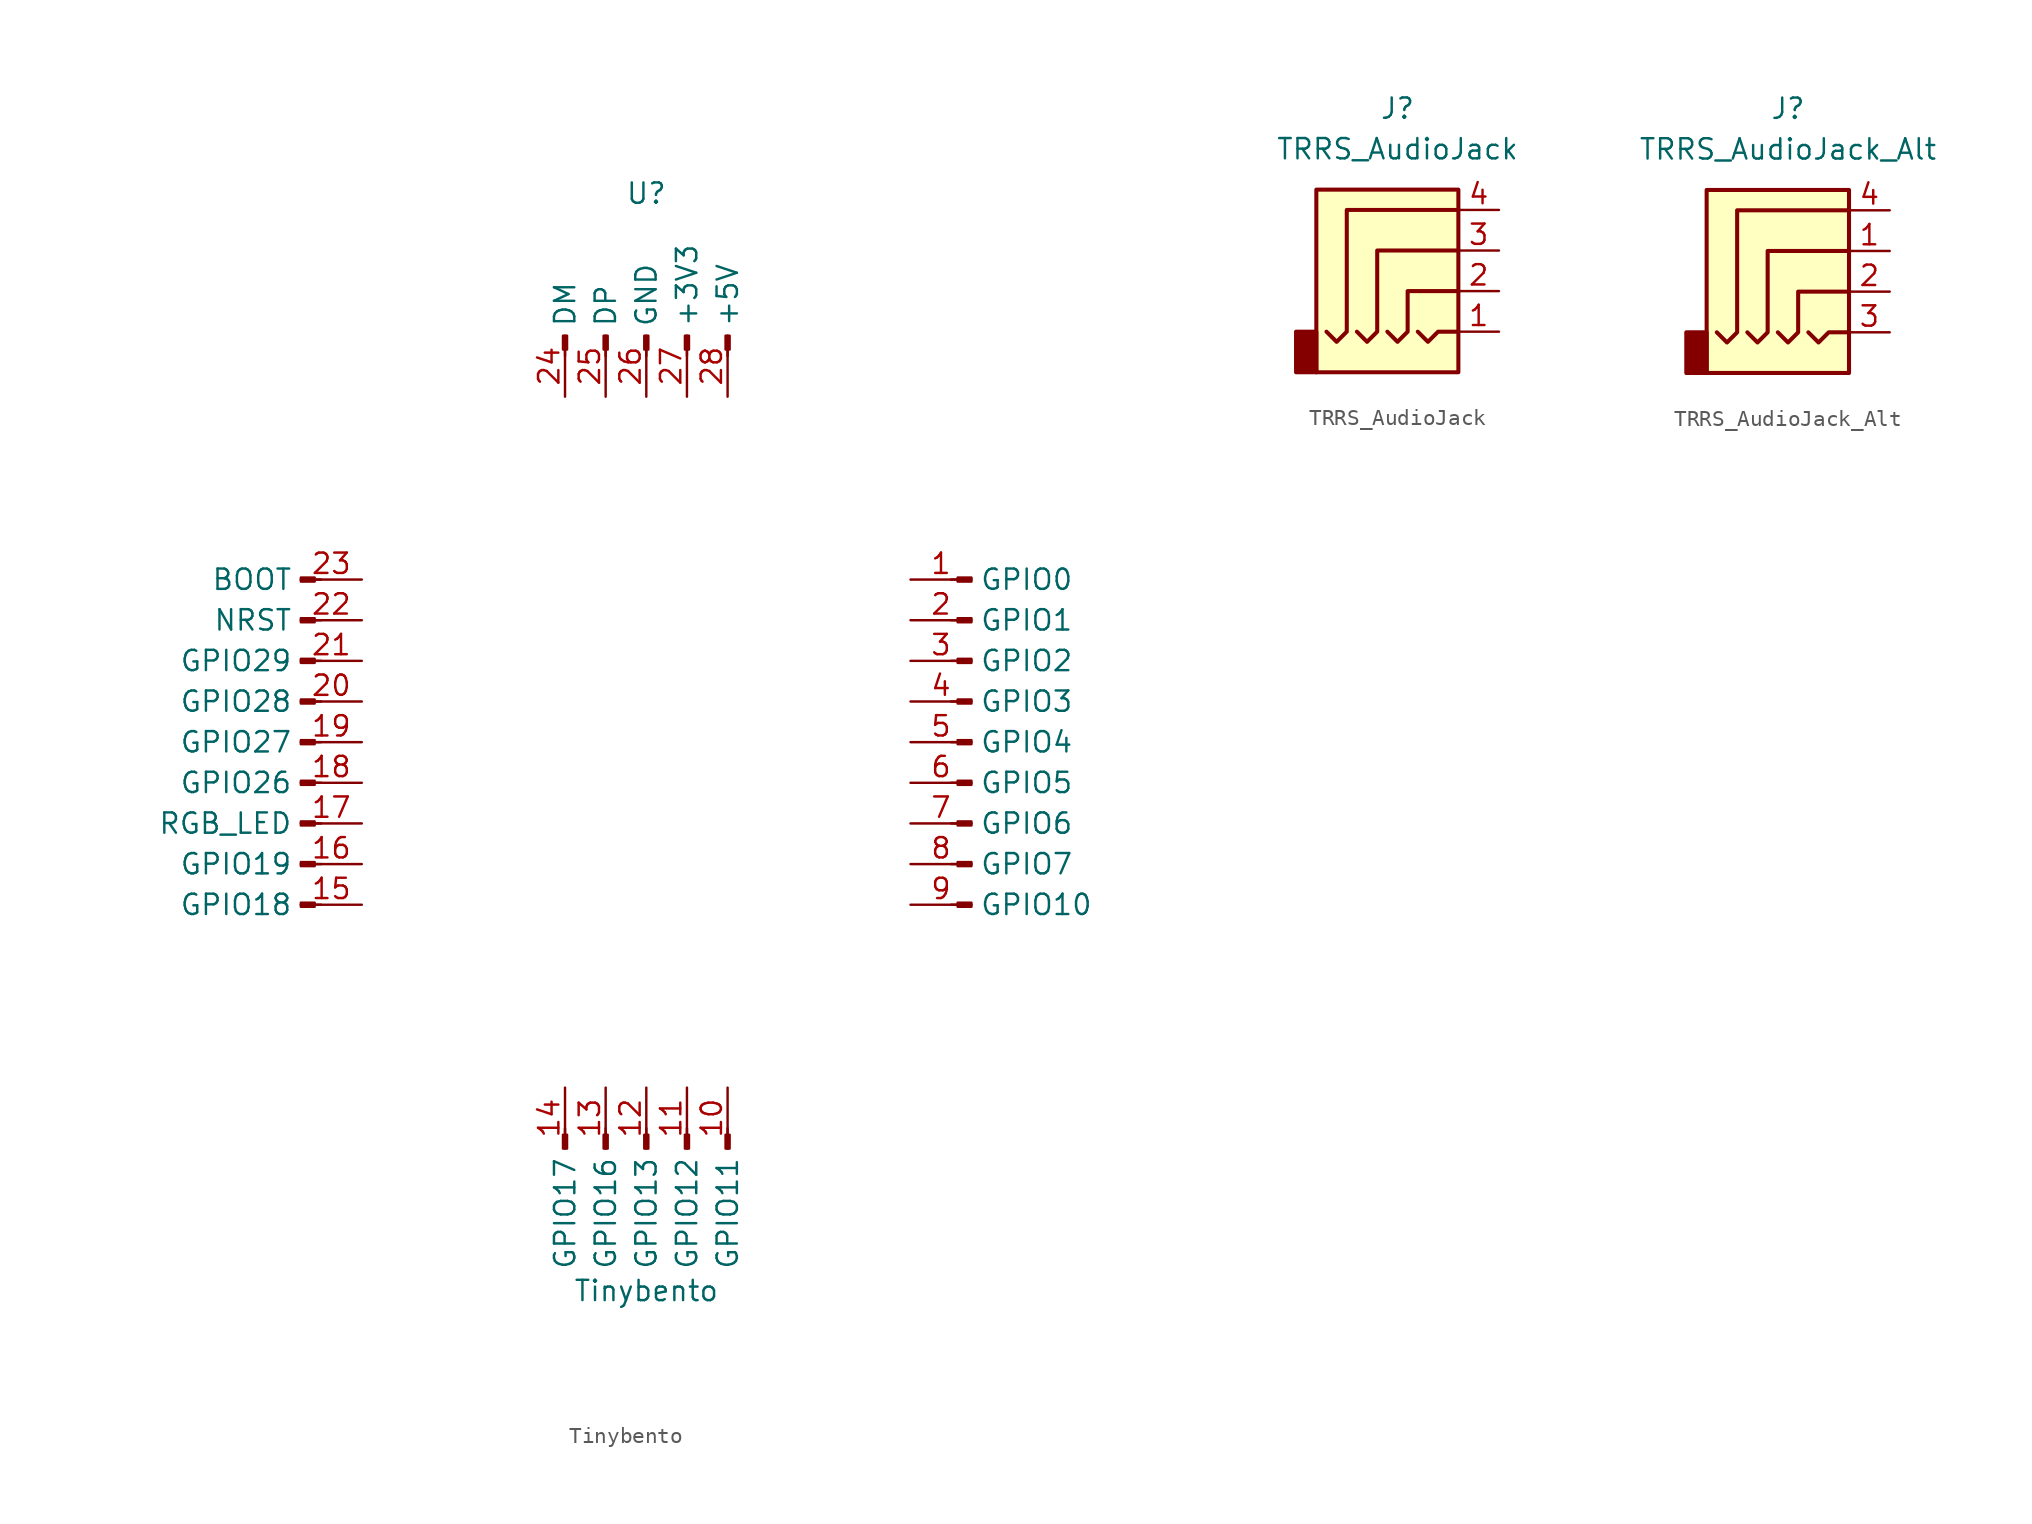
<source format=kicad_sym>
(kicad_symbol_lib
  (version 20231120)
  (generator "kicad_symbol_editor")
  (generator_version "8.0")
  (symbol "Tinybento"
    (property "Reference" "U"
      (at 0 34.29 0)
      (effects (font (size 1.27 1.27))))
    (property "Value" "Tinybento"
      (at 0 -34.29 0)
      (effects (font (size 1.27 1.27))))
    (symbol "Tinybento_1_1"
      (rectangle (start -21.59 10.287) (end -20.726 10.033) (stroke (width 0.152) (type default)) (fill (type outline)))
      (rectangle (start -20.726 -10.033) (end -21.59 -10.287) (stroke (width 0.152) (type default)) (fill (type outline)))
      (rectangle (start -20.726 -7.493) (end -21.59 -7.747) (stroke (width 0.152) (type default)) (fill (type outline)))
      (rectangle (start -20.726 -4.953) (end -21.59 -5.207) (stroke (width 0.152) (type default)) (fill (type outline)))
      (rectangle (start -20.726 -2.413) (end -21.59 -2.667) (stroke (width 0.152) (type default)) (fill (type outline)))
      (rectangle (start -20.726 0.127) (end -21.59 -0.127) (stroke (width 0.152) (type default)) (fill (type outline)))
      (rectangle (start -20.726 2.667) (end -21.59 2.413) (stroke (width 0.152) (type default)) (fill (type outline)))
      (rectangle (start -20.726 5.207) (end -21.59 4.953) (stroke (width 0.152) (type default)) (fill (type outline)))
      (rectangle (start -20.726 7.747) (end -21.59 7.493) (stroke (width 0.152) (type default)) (fill (type outline)))
      (rectangle (start -5.207 -24.536) (end -4.953 -25.4) (stroke (width 0.152) (type default)) (fill (type outline)))
      (rectangle (start -4.953 24.536) (end -5.207 25.4) (stroke (width 0.152) (type default)) (fill (type outline)))
      (rectangle (start -2.667 -24.536) (end -2.413 -25.4) (stroke (width 0.152) (type default)) (fill (type outline)))
      (rectangle (start -2.413 24.536) (end -2.667 25.4) (stroke (width 0.152) (type default)) (fill (type outline)))
      (rectangle (start -0.127 -24.536) (end 0.127 -25.4) (stroke (width 0.152) (type default)) (fill (type outline)))
      (polyline (pts (xy -20.32 -10.16) (xy -20.726 -10.16)) (stroke (width 0.152) (type default)) (fill (type none)))
      (polyline (pts (xy -20.32 -7.62) (xy -20.726 -7.62)) (stroke (width 0.152) (type default)) (fill (type none)))
      (polyline (pts (xy -20.32 -5.08) (xy -20.726 -5.08)) (stroke (width 0.152) (type default)) (fill (type none)))
      (polyline (pts (xy -20.32 -2.54) (xy -20.726 -2.54)) (stroke (width 0.152) (type default)) (fill (type none)))
      (polyline (pts (xy -20.32 0) (xy -20.726 0)) (stroke (width 0.152) (type default)) (fill (type none)))
      (polyline (pts (xy -20.32 2.54) (xy -20.726 2.54)) (stroke (width 0.152) (type default)) (fill (type none)))
      (polyline (pts (xy -20.32 5.08) (xy -20.726 5.08)) (stroke (width 0.152) (type default)) (fill (type none)))
      (polyline (pts (xy -20.32 7.62) (xy -20.726 7.62)) (stroke (width 0.152) (type default)) (fill (type none)))
      (polyline (pts (xy -20.32 10.16) (xy -20.726 10.16)) (stroke (width 0.152) (type default)) (fill (type none)))
      (polyline (pts (xy -5.08 -24.13) (xy -5.08 -24.536)) (stroke (width 0.152) (type default)) (fill (type none)))
      (polyline (pts (xy -5.08 24.13) (xy -5.08 24.536)) (stroke (width 0.152) (type default)) (fill (type none)))
      (polyline (pts (xy -2.54 -24.13) (xy -2.54 -24.536)) (stroke (width 0.152) (type default)) (fill (type none)))
      (polyline (pts (xy -2.54 24.13) (xy -2.54 24.536)) (stroke (width 0.152) (type default)) (fill (type none)))
      (polyline (pts (xy 0 -24.13) (xy 0 -24.536)) (stroke (width 0.152) (type default)) (fill (type none)))
      (polyline (pts (xy 0 24.13) (xy 0 24.536)) (stroke (width 0.152) (type default)) (fill (type none)))
      (polyline (pts (xy 2.54 -24.13) (xy 2.54 -24.536)) (stroke (width 0.152) (type default)) (fill (type none)))
      (polyline (pts (xy 2.54 24.13) (xy 2.54 24.536)) (stroke (width 0.152) (type default)) (fill (type none)))
      (polyline (pts (xy 5.08 -24.13) (xy 5.08 -24.536)) (stroke (width 0.152) (type default)) (fill (type none)))
      (polyline (pts (xy 5.08 24.13) (xy 5.08 24.536)) (stroke (width 0.152) (type default)) (fill (type none)))
      (polyline (pts (xy 19.05 -10.16) (xy 19.456 -10.16)) (stroke (width 0.152) (type default)) (fill (type none)))
      (polyline (pts (xy 19.05 -7.62) (xy 19.456 -7.62)) (stroke (width 0.152) (type default)) (fill (type none)))
      (polyline (pts (xy 19.05 -5.08) (xy 19.456 -5.08)) (stroke (width 0.152) (type default)) (fill (type none)))
      (polyline (pts (xy 19.05 -2.54) (xy 19.456 -2.54)) (stroke (width 0.152) (type default)) (fill (type none)))
      (polyline (pts (xy 19.05 0) (xy 19.456 0)) (stroke (width 0.152) (type default)) (fill (type none)))
      (polyline (pts (xy 19.05 2.54) (xy 19.456 2.54)) (stroke (width 0.152) (type default)) (fill (type none)))
      (polyline (pts (xy 19.05 5.08) (xy 19.456 5.08)) (stroke (width 0.152) (type default)) (fill (type none)))
      (polyline (pts (xy 19.05 7.62) (xy 19.456 7.62)) (stroke (width 0.152) (type default)) (fill (type none)))
      (polyline (pts (xy 19.05 10.16) (xy 19.456 10.16)) (stroke (width 0.152) (type default)) (fill (type none)))
      (rectangle (start 0.127 24.536) (end -0.127 25.4) (stroke (width 0.152) (type default)) (fill (type outline)))
      (rectangle (start 2.413 -24.536) (end 2.667 -25.4) (stroke (width 0.152) (type default)) (fill (type outline)))
      (rectangle (start 2.667 24.536) (end 2.413 25.4) (stroke (width 0.152) (type default)) (fill (type outline)))
      (rectangle (start 4.953 -24.536) (end 5.207 -25.4) (stroke (width 0.152) (type default)) (fill (type outline)))
      (rectangle (start 5.207 24.536) (end 4.953 25.4) (stroke (width 0.152) (type default)) (fill (type outline)))
      (rectangle (start 19.456 -10.287) (end 20.32 -10.033) (stroke (width 0.152) (type default)) (fill (type outline)))
      (rectangle (start 19.456 -7.747) (end 20.32 -7.493) (stroke (width 0.152) (type default)) (fill (type outline)))
      (rectangle (start 19.456 -5.207) (end 20.32 -4.953) (stroke (width 0.152) (type default)) (fill (type outline)))
      (rectangle (start 19.456 -2.667) (end 20.32 -2.413) (stroke (width 0.152) (type default)) (fill (type outline)))
      (rectangle (start 19.456 -0.127) (end 20.32 0.127) (stroke (width 0.152) (type default)) (fill (type outline)))
      (rectangle (start 19.456 2.413) (end 20.32 2.667) (stroke (width 0.152) (type default)) (fill (type outline)))
      (rectangle (start 19.456 4.953) (end 20.32 5.207) (stroke (width 0.152) (type default)) (fill (type outline)))
      (rectangle (start 19.456 7.493) (end 20.32 7.747) (stroke (width 0.152) (type default)) (fill (type outline)))
      (rectangle (start 19.456 10.033) (end 20.32 10.287) (stroke (width 0.152) (type default)) (fill (type outline)))
      (pin bidirectional line (at 16.51 10.16 0) (length 3.81) (name "GPIO0" (effects (font (size 1.27 1.27)))) (number "1" (effects (font (size 1.27 1.27)))))
      (pin bidirectional line (at 5.08 -21.59 270) (length 3.81) (name "GPIO11" (effects (font (size 1.27 1.27)))) (number "10" (effects (font (size 1.27 1.27)))))
      (pin bidirectional line (at 2.54 -21.59 270) (length 3.81) (name "GPIO12" (effects (font (size 1.27 1.27)))) (number "11" (effects (font (size 1.27 1.27)))))
      (pin bidirectional line (at 0 -21.59 270) (length 3.81) (name "GPIO13" (effects (font (size 1.27 1.27)))) (number "12" (effects (font (size 1.27 1.27)))))
      (pin bidirectional line (at -2.54 -21.59 270) (length 3.81) (name "GPIO16" (effects (font (size 1.27 1.27)))) (number "13" (effects (font (size 1.27 1.27)))))
      (pin bidirectional line (at -5.08 -21.59 270) (length 3.81) (name "GPIO17" (effects (font (size 1.27 1.27)))) (number "14" (effects (font (size 1.27 1.27)))))
      (pin bidirectional line (at -17.78 -10.16 180) (length 3.81) (name "GPIO18" (effects (font (size 1.27 1.27)))) (number "15" (effects (font (size 1.27 1.27)))))
      (pin bidirectional line (at -17.78 -7.62 180) (length 3.81) (name "GPIO19" (effects (font (size 1.27 1.27)))) (number "16" (effects (font (size 1.27 1.27)))))
      (pin output line (at -17.78 -5.08 180) (length 3.81) (name "RGB_LED" (effects (font (size 1.27 1.27)))) (number "17" (effects (font (size 1.27 1.27)))))
      (pin input line (at -17.78 -2.54 180) (length 3.81) (name "GPIO26" (effects (font (size 1.27 1.27)))) (number "18" (effects (font (size 1.27 1.27)))))
      (pin input line (at -17.78 0 180) (length 3.81) (name "GPIO27" (effects (font (size 1.27 1.27)))) (number "19" (effects (font (size 1.27 1.27)))))
      (pin bidirectional line (at 16.51 7.62 0) (length 3.81) (name "GPIO1" (effects (font (size 1.27 1.27)))) (number "2" (effects (font (size 1.27 1.27)))))
      (pin input line (at -17.78 2.54 180) (length 3.81) (name "GPIO28" (effects (font (size 1.27 1.27)))) (number "20" (effects (font (size 1.27 1.27)))))
      (pin input line (at -17.78 5.08 180) (length 3.81) (name "GPIO29" (effects (font (size 1.27 1.27)))) (number "21" (effects (font (size 1.27 1.27)))))
      (pin bidirectional line (at -17.78 7.62 180) (length 3.81) (name "NRST" (effects (font (size 1.27 1.27)))) (number "22" (effects (font (size 1.27 1.27)))))
      (pin input line (at -17.78 10.16 180) (length 3.81) (name "BOOT" (effects (font (size 1.27 1.27)))) (number "23" (effects (font (size 1.27 1.27)))))
      (pin bidirectional line (at -5.08 21.59 90) (length 3.81) (name "DM" (effects (font (size 1.27 1.27)))) (number "24" (effects (font (size 1.27 1.27)))))
      (pin bidirectional line (at -2.54 21.59 90) (length 3.81) (name "DP" (effects (font (size 1.27 1.27)))) (number "25" (effects (font (size 1.27 1.27)))))
      (pin power_in line (at 0 21.59 90) (length 3.81) (name "GND" (effects (font (size 1.27 1.27)))) (number "26" (effects (font (size 1.27 1.27)))))
      (pin power_out line (at 2.54 21.59 90) (length 3.81) (name "+3V3" (effects (font (size 1.27 1.27)))) (number "27" (effects (font (size 1.27 1.27)))))
      (pin power_in line (at 5.08 21.59 90) (length 3.81) (name "+5V" (effects (font (size 1.27 1.27)))) (number "28" (effects (font (size 1.27 1.27)))))
      (pin bidirectional line (at 16.51 5.08 0) (length 3.81) (name "GPIO2" (effects (font (size 1.27 1.27)))) (number "3" (effects (font (size 1.27 1.27)))))
      (pin bidirectional line (at 16.51 2.54 0) (length 3.81) (name "GPIO3" (effects (font (size 1.27 1.27)))) (number "4" (effects (font (size 1.27 1.27)))))
      (pin bidirectional line (at 16.51 0 0) (length 3.81) (name "GPIO4" (effects (font (size 1.27 1.27)))) (number "5" (effects (font (size 1.27 1.27)))))
      (pin bidirectional line (at 16.51 -2.54 0) (length 3.81) (name "GPIO5" (effects (font (size 1.27 1.27)))) (number "6" (effects (font (size 1.27 1.27)))))
      (pin bidirectional line (at 16.51 -5.08 0) (length 3.81) (name "GPIO6" (effects (font (size 1.27 1.27)))) (number "7" (effects (font (size 1.27 1.27)))))
      (pin bidirectional line (at 16.51 -7.62 0) (length 3.81) (name "GPIO7" (effects (font (size 1.27 1.27)))) (number "8" (effects (font (size 1.27 1.27)))))
      (pin bidirectional line (at 16.51 -10.16 0) (length 3.81) (name "GPIO10" (effects (font (size 1.27 1.27)))) (number "9" (effects (font (size 1.27 1.27)))))))
  (symbol "TRRS_AudioJack"
    (property "Reference" "J"
      (at 0 8.89 0)
      (effects (font (size 1.27 1.27))))
    (property "Value" "TRRS_AudioJack"
      (at 0 6.35 0)
      (effects (font (size 1.27 1.27))))
    (symbol "TRRS_AudioJack_0_1"
      (rectangle (start -5.08 -5.08) (end -6.35 -7.62) (stroke (width 0.254) (type default)) (fill (type outline)))
      (rectangle (start -5.08 3.81) (end 3.81 -7.62) (stroke (width 0.254) (type default)) (fill (type background)))
      (polyline (pts (xy 1.27 -5.08) (xy 1.905 -5.715) (xy 2.54 -5.08) (xy 3.81 -5.08)) (stroke (width 0.254) (type default)) (fill (type none)))
      (polyline (pts (xy -4.445 -5.08) (xy -3.81 -5.715) (xy -3.175 -5.08) (xy -3.175 2.54) (xy 3.81 2.54)) (stroke (width 0.254) (type default)) (fill (type none)))
      (polyline (pts (xy -0.635 -5.08) (xy 0 -5.715) (xy 0.635 -5.08) (xy 0.635 -2.54) (xy 3.81 -2.54)) (stroke (width 0.254) (type default)) (fill (type none)))
      (polyline (pts (xy 3.81 0) (xy -1.27 0) (xy -1.27 -5.08) (xy -1.905 -5.715) (xy -2.54 -5.08)) (stroke (width 0.254) (type default)) (fill (type none))))
    (symbol "TRRS_AudioJack_1_1"
      (pin passive line (at 6.35 -5.08 180) (length 2.54) (name "~" (effects (font (size 1.27 1.27)))) (number "1" (effects (font (size 1.27 1.27)))))
      (pin passive line (at 6.35 -2.54 180) (length 2.54) (name "~" (effects (font (size 1.27 1.27)))) (number "2" (effects (font (size 1.27 1.27)))))
      (pin passive line (at 6.35 0 180) (length 2.54) (name "~" (effects (font (size 1.27 1.27)))) (number "3" (effects (font (size 1.27 1.27)))))
      (pin passive line (at 6.35 2.54 180) (length 2.54) (name "~" (effects (font (size 1.27 1.27)))) (number "4" (effects (font (size 1.27 1.27)))))))
  (symbol "TRRS_AudioJack_Alt"
    (property "Reference" "J"
      (at 0 8.89 0)
      (effects (font (size 1.27 1.27))))
    (property "Value" "TRRS_AudioJack_Alt"
      (at 0 6.35 0)
      (effects (font (size 1.27 1.27))))
    (symbol "TRRS_AudioJack_Alt_0_1"
      (rectangle (start -5.08 -5.08) (end -6.35 -7.62) (stroke (width 0.254) (type default)) (fill (type outline)))
      (polyline (pts (xy 1.27 -5.08) (xy 1.905 -5.715) (xy 2.54 -5.08) (xy 3.81 -5.08)) (stroke (width 0.254) (type default)) (fill (type none)))
      (polyline (pts (xy -4.445 -5.08) (xy -3.81 -5.715) (xy -3.175 -5.08) (xy -3.175 2.54) (xy 3.81 2.54)) (stroke (width 0.254) (type default)) (fill (type none)))
      (polyline (pts (xy -0.635 -5.08) (xy 0 -5.715) (xy 0.635 -5.08) (xy 0.635 -2.54) (xy 3.81 -2.54)) (stroke (width 0.254) (type default)) (fill (type none)))
      (polyline (pts (xy 3.81 0) (xy -1.27 0) (xy -1.27 -5.08) (xy -1.905 -5.715) (xy -2.54 -5.08)) (stroke (width 0.254) (type default)) (fill (type none)))
      (rectangle (start 3.81 3.81) (end -5.08 -7.62) (stroke (width 0.254) (type default)) (fill (type background))))
    (symbol "TRRS_AudioJack_Alt_1_1"
      (pin passive line (at 6.35 0 180) (length 2.54) (name "~" (effects (font (size 1.27 1.27)))) (number "1" (effects (font (size 1.27 1.27)))))
      (pin passive line (at 6.35 -2.54 180) (length 2.54) (name "~" (effects (font (size 1.27 1.27)))) (number "2" (effects (font (size 1.27 1.27)))))
      (pin passive line (at 6.35 -5.08 180) (length 2.54) (name "~" (effects (font (size 1.27 1.27)))) (number "3" (effects (font (size 1.27 1.27)))))
      (pin passive line (at 6.35 2.54 180) (length 2.54) (name "~" (effects (font (size 1.27 1.27)))) (number "4" (effects (font (size 1.27 1.27))))))))
</source>
